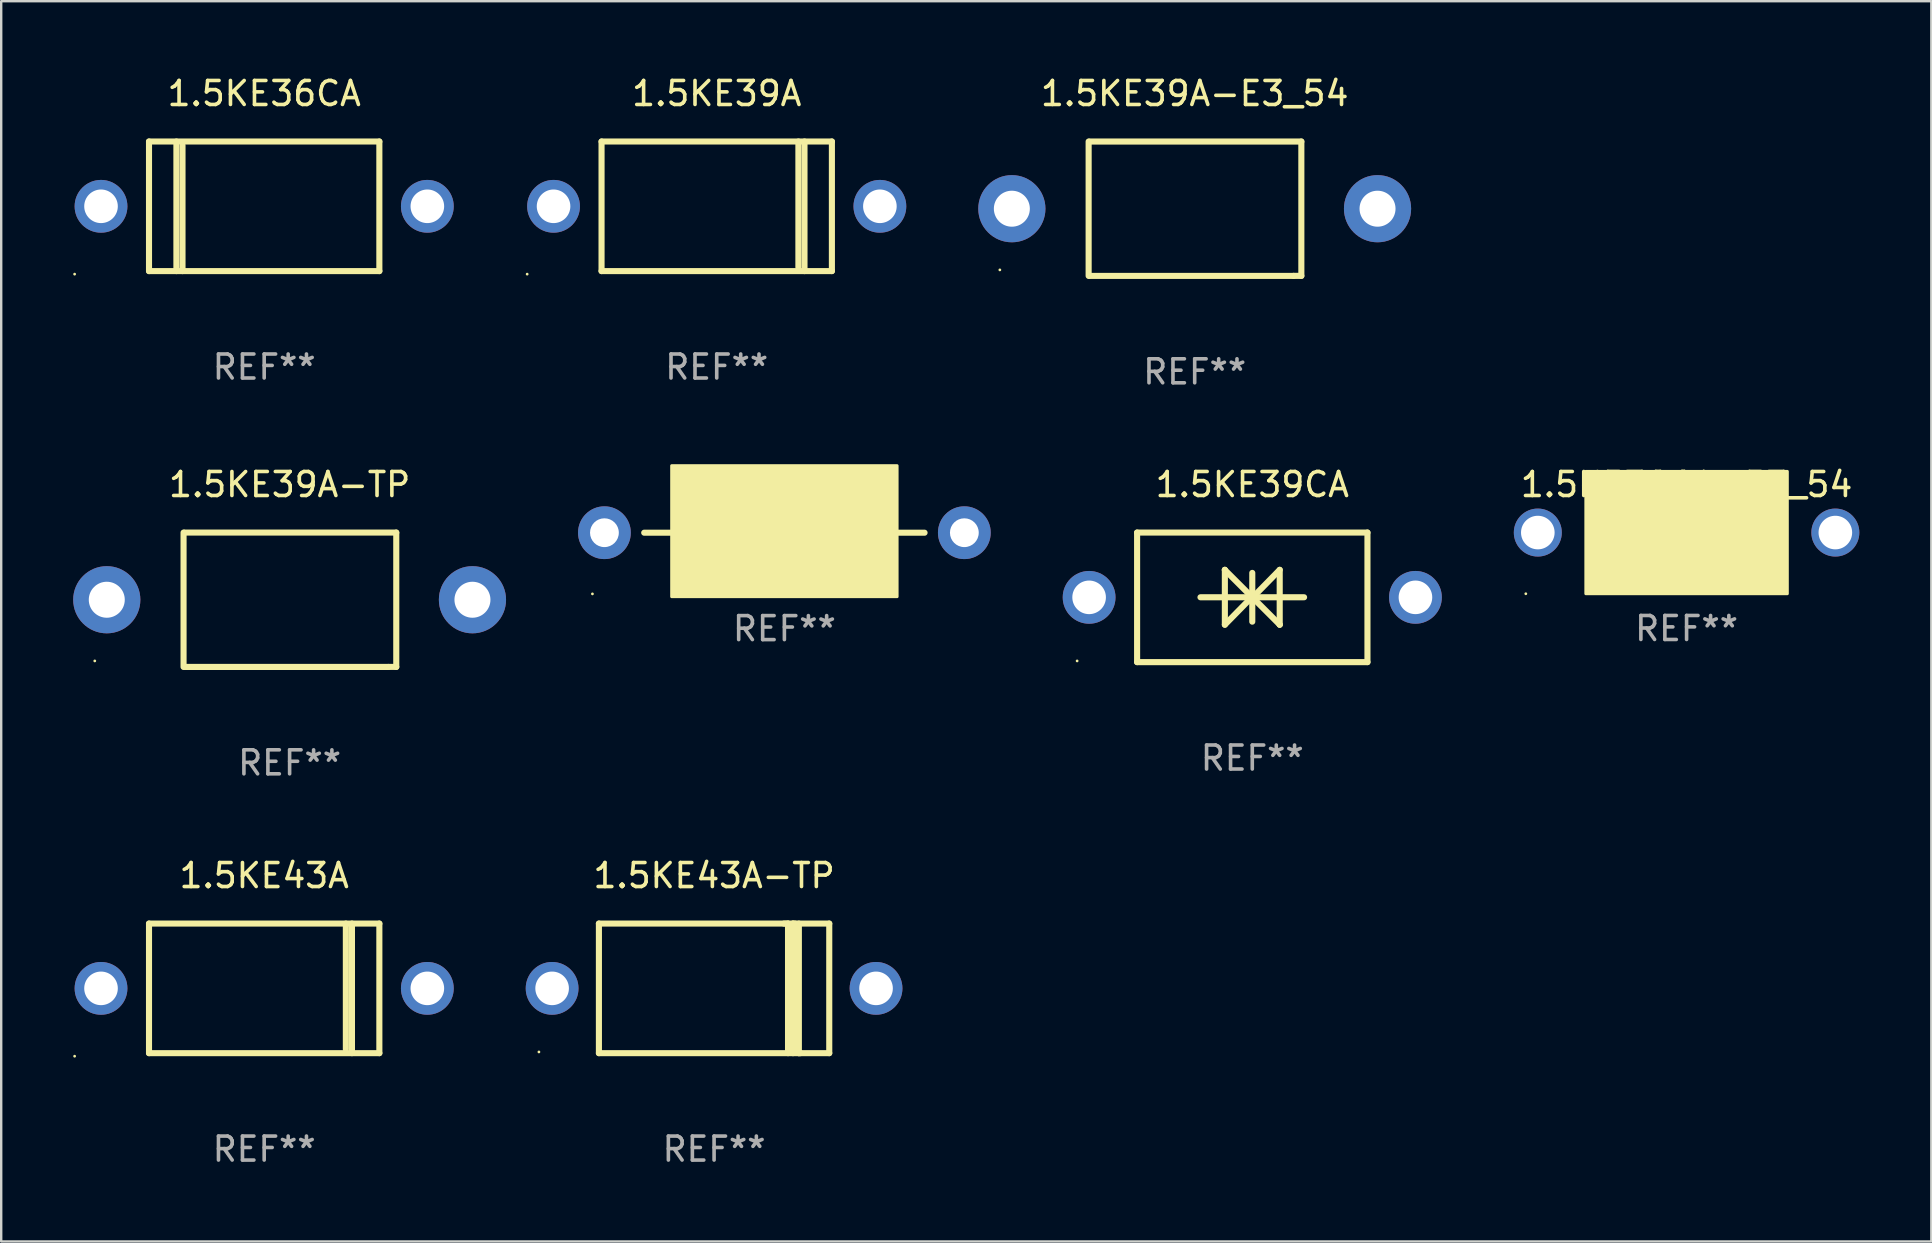
<source format=kicad_pcb>
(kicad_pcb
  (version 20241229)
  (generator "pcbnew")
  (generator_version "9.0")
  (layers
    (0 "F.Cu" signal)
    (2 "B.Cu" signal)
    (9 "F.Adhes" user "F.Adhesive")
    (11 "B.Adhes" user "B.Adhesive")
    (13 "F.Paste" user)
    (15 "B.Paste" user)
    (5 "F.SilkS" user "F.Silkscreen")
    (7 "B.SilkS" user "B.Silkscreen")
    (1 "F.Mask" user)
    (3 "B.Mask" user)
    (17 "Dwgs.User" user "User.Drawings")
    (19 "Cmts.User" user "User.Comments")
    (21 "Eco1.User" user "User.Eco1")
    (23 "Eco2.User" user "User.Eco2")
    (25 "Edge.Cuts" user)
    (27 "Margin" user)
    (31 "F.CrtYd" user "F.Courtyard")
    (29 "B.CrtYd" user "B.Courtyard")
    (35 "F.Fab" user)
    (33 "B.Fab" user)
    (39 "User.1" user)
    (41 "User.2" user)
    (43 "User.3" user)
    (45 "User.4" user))
  (footprint "1.5KE36CA"
    (layer "F.Cu")
    (at 7.96 5.548)
    (property "Reference" "1.5KE36CA" (at 0 -4.7 0) (layer "F.SilkS") (effects (font (size 1 1) (thickness 0.15))))
    (attr through_hole)
    (fp_line (start -4.8 -2.7) (end 4.8 -2.7) (stroke (width 0.254) (type solid)) (layer "F.SilkS"))
    (fp_line (start -4.8 2.7) (end -4.8 -2.7) (stroke (width 0.254) (type solid)) (layer "F.SilkS"))
    (fp_line (start -3.658 2.7) (end -3.658 -2.7) (stroke (width 0.254) (type solid)) (layer "F.SilkS"))
    (fp_line (start -3.404 2.7) (end -3.404 -2.54) (stroke (width 0.254) (type solid)) (layer "F.SilkS"))
    (fp_line (start 4.8 2.7) (end -4.8 2.7) (stroke (width 0.254) (type solid)) (layer "F.SilkS"))
    (fp_line (start 4.8 2.7) (end 4.8 -2.7) (stroke (width 0.254) (type solid)) (layer "F.SilkS"))
    (fp_circle (center -7.9 2.827) (end -7.87 2.827) (stroke (width 0.06) (type solid)) (fill no) (layer "F.SilkS"))
    (fp_text user "REF**" (at 0 6.7 0) (layer "F.Fab") (effects (font (size 1 1) (thickness 0.15))))
    (pad "1" thru_hole circle (at -6.8 0) (size 2.2 2.2) (drill 1.4) (layers "*.Cu" "*.Mask"))
    (pad "2" thru_hole circle (at 6.8 0) (size 2.2 2.2) (drill 1.4) (layers "*.Cu" "*.Mask")))
  (footprint "1.5KE39CA"
    (layer "F.Cu")
    (at 49.14 21.845)
    (property "Reference" "1.5KE39CA" (at 0 -4.7 0) (layer "F.SilkS") (effects (font (size 1 1) (thickness 0.15))))
    (attr through_hole)
    (fp_line (start -4.8 -2.7) (end -4.8 2.7) (stroke (width 0.254) (type solid)) (layer "F.SilkS"))
    (fp_line (start -4.8 -2.7) (end 4.8 -2.7) (stroke (width 0.254) (type solid)) (layer "F.SilkS"))
    (fp_line (start -2.159 -0.003) (end 2.159 -0.003) (stroke (width 0.254) (type solid)) (layer "F.SilkS"))
    (fp_line (start -1.143 -1.146) (end -1.143 1.14) (stroke (width 0.254) (type solid)) (layer "F.SilkS"))
    (fp_line (start -1.143 -1.143) (end -1.143 -1.146) (stroke (width 0.254) (type solid)) (layer "F.SilkS"))
    (fp_line (start 0 -1.019) (end 0 1.013) (stroke (width 0.254) (type solid)) (layer "F.SilkS"))
    (fp_line (start 0 -0.026) (end -1.143 1.14) (stroke (width 0.254) (type solid)) (layer "F.SilkS"))
    (fp_line (start 0 -0.006) (end 1.143 1.137) (stroke (width 0.254) (type solid)) (layer "F.SilkS"))
    (fp_line (start 0 0) (end -1.143 -1.143) (stroke (width 0.254) (type solid)) (layer "F.SilkS"))
    (fp_line (start 0 0.02) (end 1.143 -1.146) (stroke (width 0.254) (type solid)) (layer "F.SilkS"))
    (fp_line (start 1.143 1.137) (end 1.143 1.14) (stroke (width 0.254) (type solid)) (layer "F.SilkS"))
    (fp_line (start 1.143 1.14) (end 1.143 -1.146) (stroke (width 0.254) (type solid)) (layer "F.SilkS"))
    (fp_line (start 4.8 -2.7) (end 4.8 2.7) (stroke (width 0.254) (type solid)) (layer "F.SilkS"))
    (fp_line (start 4.8 2.7) (end -4.8 2.7) (stroke (width 0.254) (type solid)) (layer "F.SilkS"))
    (fp_circle (center -7.3 2.65) (end -7.27 2.65) (stroke (width 0.06) (type solid)) (fill no) (layer "F.SilkS"))
    (fp_text user "REF**" (at 0 6.7 0) (layer "F.Fab") (effects (font (size 1 1) (thickness 0.15))))
    (pad "1" thru_hole circle (at -6.8 0) (size 2.2 2.2) (drill 1.4) (layers "*.Cu" "*.Mask"))
    (pad "2" thru_hole circle (at 6.8 0) (size 2.2 2.2) (drill 1.4) (layers "*.Cu" "*.Mask")))
  (footprint "1.5KE39A"
    (layer "F.Cu")
    (at 26.82 5.548)
    (property "Reference" "1.5KE39A" (at 0 -4.7 0) (layer "F.SilkS") (effects (font (size 1 1) (thickness 0.15))))
    (attr through_hole)
    (fp_line (start -4.8 -2.7) (end -4.8 2.7) (stroke (width 0.254) (type solid)) (layer "F.SilkS"))
    (fp_line (start -4.8 -2.7) (end 4.8 -2.7) (stroke (width 0.254) (type solid)) (layer "F.SilkS"))
    (fp_line (start 3.404 -2.7) (end 3.404 2.54) (stroke (width 0.254) (type solid)) (layer "F.SilkS"))
    (fp_line (start 3.658 -2.7) (end 3.658 2.7) (stroke (width 0.254) (type solid)) (layer "F.SilkS"))
    (fp_line (start 4.8 -2.7) (end 4.8 2.7) (stroke (width 0.254) (type solid)) (layer "F.SilkS"))
    (fp_line (start 4.8 2.7) (end -4.8 2.7) (stroke (width 0.254) (type solid)) (layer "F.SilkS"))
    (fp_circle (center -7.9 2.827) (end -7.87 2.827) (stroke (width 0.06) (type solid)) (fill no) (layer "F.SilkS"))
    (fp_text user "REF**" (at 0 6.7 0) (layer "F.Fab") (effects (font (size 1 1) (thickness 0.15))))
    (pad "1" thru_hole circle (at -6.8 0) (size 2.2 2.2) (drill 1.4) (layers "*.Cu" "*.Mask"))
    (pad "2" thru_hole circle (at 6.8 0) (size 2.2 2.2) (drill 1.4) (layers "*.Cu" "*.Mask")))
  (footprint "1.5KE43A-TP"
    (layer "F.Cu")
    (at 26.71 38.141)
    (property "Reference" "1.5KE43A-TP" (at 0 -4.7 0) (layer "F.SilkS") (effects (font (size 1 1) (thickness 0.15))))
    (attr through_hole)
    (fp_line (start -4.8 -2.7) (end -4.8 2.7) (stroke (width 0.254) (type solid)) (layer "F.SilkS"))
    (fp_line (start -4.8 -2.7) (end 4.8 -2.7) (stroke (width 0.254) (type solid)) (layer "F.SilkS"))
    (fp_line (start 2.912 -2.7) (end 3.082 -2.7) (stroke (width 0.254) (type solid)) (layer "F.SilkS"))
    (fp_line (start 3.082 -2.7) (end 3.082 2.7) (stroke (width 0.254) (type solid)) (layer "F.SilkS"))
    (fp_line (start 3.289 -2.7) (end 3.289 2.7) (stroke (width 0.254) (type solid)) (layer "F.SilkS"))
    (fp_line (start 3.381 -2.7) (end 3.289 -2.7) (stroke (width 0.254) (type solid)) (layer "F.SilkS"))
    (fp_line (start 3.533 2.7) (end 3.533 -2.7) (stroke (width 0.254) (type solid)) (layer "F.SilkS"))
    (fp_line (start 3.599 2.7) (end 3.533 2.7) (stroke (width 0.254) (type solid)) (layer "F.SilkS"))
    (fp_line (start 4.8 -2.7) (end 4.8 2.7) (stroke (width 0.254) (type solid)) (layer "F.SilkS"))
    (fp_line (start 4.8 2.7) (end -4.8 2.7) (stroke (width 0.254) (type solid)) (layer "F.SilkS"))
    (fp_circle (center -7.3 2.65) (end -7.27 2.65) (stroke (width 0.06) (type solid)) (fill no) (layer "F.SilkS"))
    (fp_text user "REF**" (at 0 6.7 0) (layer "F.Fab") (effects (font (size 1 1) (thickness 0.15))))
    (pad "1" thru_hole circle (at -6.75 0) (size 2.2 2.2) (drill 1.4) (layers "*.Cu" "*.Mask"))
    (pad "2" thru_hole circle (at 6.75 0) (size 2.2 2.2) (drill 1.4) (layers "*.Cu" "*.Mask")))
  (footprint "1.5KE39A-E3_54"
    (layer "F.Cu")
    (at 46.74 5.648)
    (property "Reference" "1.5KE39A-E3_54" (at 0 -4.8 0) (layer "F.SilkS") (effects (font (size 1 1) (thickness 0.15))))
    (attr through_hole)
    (fp_line (start -4.42 2.8) (end -4.42 -2.8) (stroke (width 0.254) (type solid)) (layer "F.SilkS"))
    (fp_line (start -4.379 -2.799) (end 4.445 -2.799) (stroke (width 0.254) (type solid)) (layer "F.SilkS"))
    (fp_line (start 4.12 2.8) (end -4.38 2.8) (stroke (width 0.254) (type solid)) (layer "F.SilkS"))
    (fp_line (start 4.445 -2.799) (end 4.445 2.799) (stroke (width 0.254) (type solid)) (layer "F.SilkS"))
    (fp_line (start 4.445 2.799) (end 4.12 2.799) (stroke (width 0.254) (type solid)) (layer "F.SilkS"))
    (fp_circle (center -8.12 2.55) (end -8.09 2.55) (stroke (width 0.06) (type solid)) (fill no) (layer "F.SilkS"))
    (fp_text user "REF**" (at 0 6.8 0) (layer "F.Fab") (effects (font (size 1 1) (thickness 0.15))))
    (pad "1" thru_hole circle (at -7.62 0) (size 2.8 2.8) (drill 1.5) (layers "*.Cu" "*.Mask"))
    (pad "2" thru_hole circle (at 7.62 0) (size 2.8 2.8) (drill 1.5) (layers "*.Cu" "*.Mask")))
  (footprint "1.5KE39ARL"
    (layer "F.Cu")
    (at 29.64 19.151)
    (property "Reference" "1.5KE39ARL" (at 0 -2 0) (layer "F.SilkS") (effects (font (size 1 1) (thickness 0.15))))
    (attr through_hole)
    (fp_line (start -4.699 0) (end -5.842 0) (stroke (width 0.254) (type solid)) (layer "F.SilkS"))
    (fp_line (start 4.699 0) (end 5.842 0) (stroke (width 0.254) (type solid)) (layer "F.SilkS"))
    (fp_circle (center -8 2.55) (end -7.97 2.55) (stroke (width 0.06) (type solid)) (fill no) (layer "F.SilkS"))
    (fp_poly (pts (xy -4.699 -2.794) (xy 4.699 -2.794) (xy 4.699 2.667) (xy -4.699 2.667)) (stroke (width 0.12) (type solid)) (fill yes) (layer "F.SilkS"))
    (fp_text user "REF**" (at 0 4 0) (layer "F.Fab") (effects (font (size 1 1) (thickness 0.15))))
    (pad "1" thru_hole circle (at -7.5 0) (size 2.2 2.2) (drill 1.2) (layers "*.Cu" "*.Mask"))
    (pad "2" thru_hole circle (at 7.5 0) (size 2.2 2.2) (drill 1.2) (layers "*.Cu" "*.Mask")))
  (footprint "1.5KE39A-TP"
    (layer "F.Cu")
    (at 9.02 21.945)
    (property "Reference" "1.5KE39A-TP" (at 0 -4.8 0) (layer "F.SilkS") (effects (font (size 1 1) (thickness 0.15))))
    (attr through_hole)
    (fp_line (start -4.42 2.8) (end -4.42 -2.8) (stroke (width 0.254) (type solid)) (layer "F.SilkS"))
    (fp_line (start -4.379 -2.799) (end 4.445 -2.799) (stroke (width 0.254) (type solid)) (layer "F.SilkS"))
    (fp_line (start 4.12 2.8) (end -4.38 2.8) (stroke (width 0.254) (type solid)) (layer "F.SilkS"))
    (fp_line (start 4.445 -2.799) (end 4.445 2.799) (stroke (width 0.254) (type solid)) (layer "F.SilkS"))
    (fp_line (start 4.445 2.799) (end 4.12 2.799) (stroke (width 0.254) (type solid)) (layer "F.SilkS"))
    (fp_circle (center -8.12 2.55) (end -8.09 2.55) (stroke (width 0.06) (type solid)) (fill no) (layer "F.SilkS"))
    (fp_text user "REF**" (at 0 6.8 0) (layer "F.Fab") (effects (font (size 1 1) (thickness 0.15))))
    (pad "1" thru_hole circle (at -7.62 0) (size 2.8 2.8) (drill 1.5) (layers "*.Cu" "*.Mask"))
    (pad "2" thru_hole circle (at 7.62 0) (size 2.8 2.8) (drill 1.5) (layers "*.Cu" "*.Mask")))
  (footprint "1.5KE39CA-E3_54"
    (layer "F.Cu")
    (at 67.24 19.145)
    (property "Reference" "1.5KE39CA-E3_54" (at 0 -2 0) (layer "F.SilkS") (effects (font (size 1 1) (thickness 0.15))))
    (attr through_hole)
    (fp_circle (center -6.7 2.55) (end -6.67 2.55) (stroke (width 0.06) (type solid)) (fill no) (layer "F.SilkS"))
    (fp_poly (pts (xy -4.2 -2.55) (xy 4.2 -2.55) (xy 4.2 2.55) (xy -4.2 2.55)) (stroke (width 0.12) (type solid)) (fill yes) (layer "F.SilkS"))
    (fp_text user "REF**" (at 0 4 0) (layer "F.Fab") (effects (font (size 1 1) (thickness 0.15))))
    (pad "1" thru_hole circle (at -6.2 0) (size 2 2) (drill 1.4) (layers "*.Cu" "*.Mask"))
    (pad "2" thru_hole circle (at 6.2 0) (size 2 2) (drill 1.4) (layers "*.Cu" "*.Mask")))
  (footprint "1.5KE43A"
    (layer "F.Cu")
    (at 7.96 38.141)
    (property "Reference" "1.5KE43A" (at 0 -4.7 0) (layer "F.SilkS") (effects (font (size 1 1) (thickness 0.15))))
    (attr through_hole)
    (fp_line (start -4.8 -2.7) (end -4.8 2.7) (stroke (width 0.254) (type solid)) (layer "F.SilkS"))
    (fp_line (start -4.8 -2.7) (end 4.8 -2.7) (stroke (width 0.254) (type solid)) (layer "F.SilkS"))
    (fp_line (start 3.404 -2.7) (end 3.404 2.54) (stroke (width 0.254) (type solid)) (layer "F.SilkS"))
    (fp_line (start 3.658 -2.7) (end 3.658 2.7) (stroke (width 0.254) (type solid)) (layer "F.SilkS"))
    (fp_line (start 4.8 -2.7) (end 4.8 2.7) (stroke (width 0.254) (type solid)) (layer "F.SilkS"))
    (fp_line (start 4.8 2.7) (end -4.8 2.7) (stroke (width 0.254) (type solid)) (layer "F.SilkS"))
    (fp_circle (center -7.9 2.827) (end -7.87 2.827) (stroke (width 0.06) (type solid)) (fill no) (layer "F.SilkS"))
    (fp_text user "REF**" (at 0 6.7 0) (layer "F.Fab") (effects (font (size 1 1) (thickness 0.15))))
    (pad "1" thru_hole circle (at -6.8 0) (size 2.2 2.2) (drill 1.4) (layers "*.Cu" "*.Mask"))
    (pad "2" thru_hole circle (at 6.8 0) (size 2.2 2.2) (drill 1.4) (layers "*.Cu" "*.Mask")))
  (gr_rect
    (start -3 -3)
    (end 77.44 48.69)
    (stroke (width 0.1) (type default))
    (fill no)
    (layer "Edge.Cuts")))
</source>
